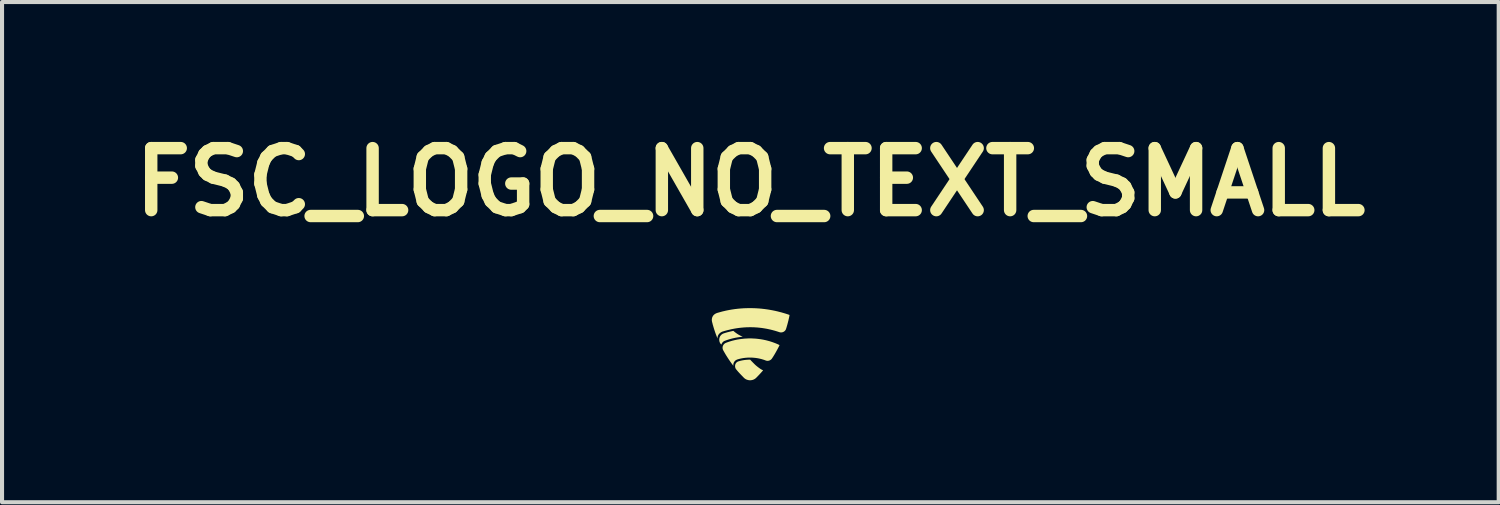
<source format=kicad_pcb>
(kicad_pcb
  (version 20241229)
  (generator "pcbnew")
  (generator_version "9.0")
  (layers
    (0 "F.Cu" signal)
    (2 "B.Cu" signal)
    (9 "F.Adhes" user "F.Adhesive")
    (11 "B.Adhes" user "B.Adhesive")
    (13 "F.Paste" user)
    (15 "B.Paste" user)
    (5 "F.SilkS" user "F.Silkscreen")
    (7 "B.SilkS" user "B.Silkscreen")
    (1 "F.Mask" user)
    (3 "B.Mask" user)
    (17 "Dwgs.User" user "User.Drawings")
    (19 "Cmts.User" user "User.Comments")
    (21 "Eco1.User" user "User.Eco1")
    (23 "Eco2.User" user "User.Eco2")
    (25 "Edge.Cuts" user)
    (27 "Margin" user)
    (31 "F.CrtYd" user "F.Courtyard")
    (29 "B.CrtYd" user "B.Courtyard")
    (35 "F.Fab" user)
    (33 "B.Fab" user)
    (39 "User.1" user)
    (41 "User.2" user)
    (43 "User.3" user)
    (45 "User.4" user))
  (footprint "FSC_LOGO_NO_TEXT_SMALL"
    (layer "F.Cu")
    (at 15.4 5.398)
    (property "Reference" "FSC_LOGO_NO_TEXT_SMALL" (at 0 -3.971 0) (layer "F.SilkS") (effects (font (size 1.524 1.524) (thickness 0.305))))
    (attr smd)
    (fp_poly (pts (xy -0.419 -0.313) (xy -0.422 -0.312) (xy -0.425 -0.311) (xy -0.429 -0.311) (xy -0.432 -0.31) (xy -0.436 -0.309) (xy -0.439 -0.308) (xy -0.443 -0.308) (xy -0.447 -0.307) (xy -0.45 -0.306) (xy -0.454 -0.305) (xy -0.458 -0.304) (xy -0.461 -0.304) (xy -0.465 -0.303) (xy -0.469 -0.302) (xy -0.473 -0.301) (xy -0.476 -0.3) (xy -0.48 -0.299) (xy -0.484 -0.298) (xy -0.488 -0.298) (xy -0.492 -0.297) (xy -0.496 -0.296) (xy -0.5 -0.295) (xy -0.503 -0.294) (xy -0.507 -0.293) (xy -0.511 -0.292) (xy -0.515 -0.291) (xy -0.519 -0.29) (xy -0.523 -0.289) (xy -0.527 -0.288) (xy -0.531 -0.287) (xy -0.535 -0.286) (xy -0.539 -0.285) (xy -0.543 -0.284) (xy -0.547 -0.283) (xy -0.551 -0.282) (xy -0.555 -0.281) (xy -0.559 -0.28) (xy -0.563 -0.279) (xy -0.567 -0.278) (xy -0.571 -0.277) (xy -0.575 -0.276) (xy -0.579 -0.275) (xy -0.583 -0.273) (xy -0.586 -0.272) (xy -0.59 -0.271) (xy -0.594 -0.27) (xy -0.598 -0.269) (xy -0.602 -0.268) (xy -0.606 -0.267) (xy -0.609 -0.266) (xy -0.613 -0.265) (xy -0.617 -0.263) (xy -0.621 -0.262) (xy -0.624 -0.261) (xy -0.628 -0.26) (xy -0.632 -0.259) (xy -0.635 -0.258) (xy -0.639 -0.257) (xy -0.642 -0.255) (xy -0.646 -0.254) (xy -0.649 -0.253) (xy -0.653 -0.252) (xy -0.657 -0.251) (xy -0.661 -0.249) (xy -0.665 -0.247) (xy -0.668 -0.246) (xy -0.672 -0.244) (xy -0.676 -0.242) (xy -0.679 -0.241) (xy -0.683 -0.239) (xy -0.686 -0.237) (xy -0.689 -0.235) (xy -0.693 -0.233) (xy -0.696 -0.231) (xy -0.699 -0.229) (xy -0.702 -0.227) (xy -0.705 -0.224) (xy -0.708 -0.222) (xy -0.71 -0.22) (xy -0.713 -0.217) (xy -0.716 -0.215) (xy -0.718 -0.212) (xy -0.721 -0.21) (xy -0.723 -0.207) (xy -0.725 -0.205) (xy -0.728 -0.202) (xy -0.73 -0.2) (xy -0.732 -0.197) (xy -0.734 -0.194) (xy -0.736 -0.191) (xy -0.738 -0.189) (xy -0.74 -0.186) (xy -0.742 -0.183) (xy -0.743 -0.18) (xy -0.745 -0.177) (xy -0.747 -0.174) (xy -0.748 -0.171) (xy -0.75 -0.168) (xy -0.751 -0.165) (xy -0.752 -0.162) (xy -0.754 -0.159) (xy -0.755 -0.156) (xy -0.756 -0.153) (xy -0.757 -0.15) (xy -0.758 -0.147) (xy -0.759 -0.143) (xy -0.76 -0.14) (xy -0.761 -0.137) (xy -0.761 -0.134) (xy -0.762 -0.131) (xy -0.763 -0.128) (xy -0.763 -0.124) (xy -0.764 -0.121) (xy -0.764 -0.118) (xy -0.764 -0.115) (xy -0.765 -0.112) (xy -0.765 -0.108) (xy -0.765 -0.105) (xy -0.765 -0.102) (xy -0.766 -0.099) (xy -0.766 -0.096) (xy -0.766 -0.092) (xy -0.765 -0.089) (xy -0.765 -0.086) (xy -0.765 -0.083) (xy -0.765 -0.08) (xy -0.765 -0.077) (xy -0.764 -0.074) (xy -0.764 -0.07) (xy -0.763 -0.067) (xy -0.763 -0.064) (xy -0.762 -0.061) (xy -0.762 -0.058) (xy -0.761 -0.055) (xy -0.76 -0.052) (xy -0.759 -0.049) (xy -0.759 -0.046) (xy -0.758 -0.043) (xy -0.757 -0.04) (xy -0.756 -0.038) (xy -0.755 -0.035) (xy -0.754 -0.032) (xy -0.753 -0.029) (xy -0.752 -0.027) (xy -0.75 -0.024) (xy -0.749 -0.021) (xy -0.748 -0.019) (xy -0.746 -0.016) (xy -0.745 -0.013) (xy -0.744 -0.011) (xy -0.742 -0.008) (xy -0.741 -0.006) (xy -0.739 -0.004) (xy -0.737 -0.001) (xy -0.736 0.001) (xy -0.734 0.003) (xy -0.732 0.005) (xy -0.73 0.007) (xy -0.729 0.01) (xy -0.727 0.012) (xy -0.725 0.014) (xy -0.723 0.015) (xy -0.721 0.017) (xy -0.719 0.019) (xy -0.717 0.021) (xy -0.715 0.023) (xy -0.712 0.024) (xy -0.712 0.021) (xy -0.711 0.018) (xy -0.71 0.015) (xy -0.709 0.012) (xy -0.708 0.009) (xy -0.707 0.006) (xy -0.705 0.003) (xy -0.704 -0.001) (xy -0.702 -0.004) (xy -0.7 -0.007) (xy -0.699 -0.01) (xy -0.696 -0.013) (xy -0.694 -0.017) (xy -0.692 -0.02) (xy -0.69 -0.023) (xy -0.687 -0.026) (xy -0.685 -0.029) (xy -0.682 -0.032) (xy -0.679 -0.035) (xy -0.677 -0.038) (xy -0.674 -0.041) (xy -0.671 -0.043) (xy -0.668 -0.046) (xy -0.665 -0.049) (xy -0.662 -0.051) (xy -0.658 -0.053) (xy -0.655 -0.056) (xy -0.652 -0.058) (xy -0.649 -0.06) (xy -0.645 -0.062) (xy -0.642 -0.063) (xy -0.638 -0.065) (xy -0.635 -0.066) (xy -0.631 -0.068) (xy -0.628 -0.069) (xy -0.624 -0.07) (xy -0.62 -0.072) (xy -0.617 -0.073) (xy -0.613 -0.074) (xy -0.609 -0.076) (xy -0.606 -0.077) (xy -0.602 -0.079) (xy -0.598 -0.08) (xy -0.595 -0.081) (xy -0.591 -0.082) (xy -0.587 -0.084) (xy -0.583 -0.085) (xy -0.58 -0.086) (xy -0.576 -0.088) (xy -0.572 -0.089) (xy -0.569 -0.09) (xy -0.565 -0.091) (xy -0.561 -0.093) (xy -0.557 -0.094) (xy -0.554 -0.095) (xy -0.55 -0.096) (xy -0.546 -0.097) (xy -0.543 -0.099) (xy -0.539 -0.1) (xy -0.535 -0.101) (xy -0.531 -0.102) (xy -0.528 -0.103) (xy -0.524 -0.104) (xy -0.52 -0.105) (xy -0.516 -0.107) (xy -0.513 -0.108) (xy -0.509 -0.109) (xy -0.505 -0.11) (xy -0.501 -0.111) (xy -0.497 -0.112) (xy -0.494 -0.113) (xy -0.49 -0.114) (xy -0.486 -0.115) (xy -0.482 -0.116) (xy -0.479 -0.117) (xy -0.475 -0.118) (xy -0.471 -0.119) (xy -0.467 -0.12) (xy -0.463 -0.121) (xy -0.46 -0.122) (xy -0.456 -0.123) (xy -0.452 -0.124) (xy -0.448 -0.125) (xy -0.444 -0.126) (xy -0.44 -0.127) (xy -0.437 -0.128) (xy -0.433 -0.129) (xy -0.429 -0.13) (xy -0.425 -0.131) (xy -0.421 -0.132) (xy -0.417 -0.133) (xy -0.414 -0.133) (xy -0.41 -0.134) (xy -0.406 -0.135) (xy -0.402 -0.136) (xy -0.398 -0.137) (xy -0.394 -0.138) (xy -0.391 -0.138) (xy -0.387 -0.139) (xy -0.383 -0.14) (xy -0.379 -0.141) (xy -0.375 -0.142) (xy -0.371 -0.142) (xy -0.367 -0.143) (xy -0.363 -0.144) (xy -0.36 -0.145) (xy -0.356 -0.145) (xy -0.352 -0.146) (xy -0.348 -0.147) (xy -0.344 -0.148) (xy -0.34 -0.148) (xy -0.336 -0.149) (xy -0.332 -0.15) (xy -0.329 -0.15) (xy -0.325 -0.151) (xy -0.321 -0.152) (xy -0.317 -0.152) (xy -0.313 -0.153) (xy -0.309 -0.154) (xy -0.305 -0.154) (xy -0.301 -0.155) (xy -0.297 -0.155) (xy -0.293 -0.156) (xy -0.29 -0.156) (xy -0.286 -0.157) (xy -0.282 -0.158) (xy -0.278 -0.158) (xy -0.274 -0.159) (xy -0.27 -0.159) (xy -0.266 -0.16) (xy -0.262 -0.16) (xy -0.258 -0.161) (xy -0.254 -0.161) (xy -0.25 -0.162) (xy -0.246 -0.162) (xy -0.242 -0.163) (xy -0.239 -0.163) (xy -0.235 -0.164) (xy -0.231 -0.164) (xy -0.227 -0.165) (xy -0.223 -0.165) (xy -0.219 -0.165) (xy -0.215 -0.166) (xy -0.211 -0.166) (xy -0.207 -0.167) (xy -0.203 -0.167) (xy -0.199 -0.167) (xy -0.195 -0.168) (xy -0.191 -0.168) (xy -0.187 -0.168) (xy -0.191 -0.17) (xy -0.194 -0.171) (xy -0.197 -0.173) (xy -0.201 -0.174) (xy -0.204 -0.175) (xy -0.207 -0.177) (xy -0.211 -0.178) (xy -0.214 -0.18) (xy -0.217 -0.181) (xy -0.221 -0.183) (xy -0.224 -0.184) (xy -0.227 -0.186) (xy -0.231 -0.188) (xy -0.234 -0.189) (xy -0.237 -0.191) (xy -0.24 -0.192) (xy -0.244 -0.194) (xy -0.247 -0.196) (xy -0.25 -0.197) (xy -0.254 -0.199) (xy -0.257 -0.201) (xy -0.26 -0.203) (xy -0.264 -0.204) (xy -0.267 -0.206) (xy -0.27 -0.208) (xy -0.274 -0.21) (xy -0.277 -0.212) (xy -0.28 -0.214) (xy -0.284 -0.216) (xy -0.287 -0.217) (xy -0.29 -0.219) (xy -0.293 -0.221) (xy -0.297 -0.223) (xy -0.3 -0.225) (xy -0.303 -0.227) (xy -0.307 -0.229) (xy -0.31 -0.231) (xy -0.313 -0.234) (xy -0.317 -0.236) (xy -0.32 -0.238) (xy -0.323 -0.24) (xy -0.326 -0.242) (xy -0.33 -0.244) (xy -0.333 -0.247) (xy -0.336 -0.249) (xy -0.34 -0.251) (xy -0.343 -0.253) (xy -0.346 -0.256) (xy -0.35 -0.258) (xy -0.353 -0.26) (xy -0.356 -0.263) (xy -0.359 -0.265) (xy -0.363 -0.268) (xy -0.366 -0.27) (xy -0.369 -0.273) (xy -0.373 -0.275) (xy -0.376 -0.278) (xy -0.379 -0.28) (xy -0.383 -0.283) (xy -0.386 -0.285) (xy -0.389 -0.288) (xy -0.392 -0.291) (xy -0.396 -0.293) (xy -0.399 -0.296) (xy -0.402 -0.299) (xy -0.406 -0.302) (xy -0.409 -0.304) (xy -0.412 -0.307) (xy -0.415 -0.31) (xy -0.419 -0.313)) (stroke (width 0) (type solid)) (fill yes) (layer "F.SilkS"))
    (fp_poly (pts (xy 0.303 0.651) (xy 0.301 0.651) (xy 0.299 0.65) (xy 0.296 0.649) (xy 0.294 0.648) (xy 0.291 0.647) (xy 0.289 0.646) (xy 0.286 0.644) (xy 0.283 0.643) (xy 0.28 0.642) (xy 0.277 0.64) (xy 0.274 0.638) (xy 0.271 0.637) (xy 0.268 0.635) (xy 0.265 0.633) (xy 0.262 0.631) (xy 0.258 0.629) (xy 0.255 0.627) (xy 0.252 0.625) (xy 0.248 0.623) (xy 0.245 0.62) (xy 0.241 0.618) (xy 0.238 0.616) (xy 0.234 0.613) (xy 0.231 0.611) (xy 0.227 0.608) (xy 0.223 0.606) (xy 0.22 0.603) (xy 0.216 0.6) (xy 0.212 0.598) (xy 0.209 0.595) (xy 0.205 0.592) (xy 0.201 0.59) (xy 0.198 0.587) (xy 0.194 0.584) (xy 0.19 0.581) (xy 0.187 0.578) (xy 0.183 0.576) (xy 0.179 0.573) (xy 0.176 0.57) (xy 0.172 0.567) (xy 0.169 0.564) (xy 0.165 0.561) (xy 0.162 0.559) (xy 0.158 0.556) (xy 0.155 0.553) (xy 0.151 0.55) (xy 0.148 0.548) (xy 0.145 0.545) (xy 0.142 0.542) (xy 0.138 0.539) (xy 0.135 0.537) (xy 0.132 0.534) (xy 0.129 0.531) (xy 0.126 0.529) (xy 0.124 0.526) (xy 0.121 0.524) (xy 0.118 0.522) (xy 0.116 0.519) (xy 0.113 0.517) (xy 0.111 0.515) (xy 0.109 0.512) (xy 0.106 0.51) (xy 0.104 0.508) (xy 0.102 0.506) (xy 0.1 0.504) (xy 0.098 0.502) (xy 0.096 0.5) (xy 0.093 0.497) (xy 0.091 0.495) (xy 0.089 0.493) (xy 0.087 0.49) (xy 0.084 0.488) (xy 0.082 0.486) (xy 0.079 0.483) (xy 0.077 0.481) (xy 0.074 0.478) (xy 0.071 0.475) (xy 0.069 0.473) (xy 0.066 0.47) (xy 0.064 0.467) (xy 0.061 0.465) (xy 0.058 0.462) (xy 0.055 0.459) (xy 0.052 0.456) (xy 0.05 0.453) (xy 0.047 0.45) (xy 0.044 0.447) (xy 0.041 0.444) (xy 0.038 0.441) (xy 0.035 0.438) (xy 0.032 0.435) (xy 0.029 0.432) (xy 0.026 0.429) (xy 0.023 0.426) (xy 0.02 0.423) (xy 0.017 0.419) (xy 0.014 0.416) (xy 0.011 0.413) (xy 0.008 0.409) (xy 0.004 0.406) (xy 0.001 0.403) (xy -0.002 0.399) (xy -0.005 0.396) (xy -0.009 0.396) (xy -0.013 0.396) (xy -0.017 0.396) (xy -0.02 0.396) (xy -0.024 0.396) (xy -0.028 0.396) (xy -0.032 0.396) (xy -0.036 0.396) (xy -0.039 0.396) (xy -0.043 0.396) (xy -0.047 0.396) (xy -0.051 0.396) (xy -0.055 0.397) (xy -0.058 0.397) (xy -0.062 0.397) (xy -0.066 0.397) (xy -0.07 0.397) (xy -0.074 0.397) (xy -0.077 0.398) (xy -0.081 0.398) (xy -0.085 0.398) (xy -0.089 0.398) (xy -0.093 0.399) (xy -0.096 0.399) (xy -0.1 0.399) (xy -0.104 0.4) (xy -0.108 0.4) (xy -0.112 0.4) (xy -0.115 0.401) (xy -0.119 0.401) (xy -0.123 0.402) (xy -0.127 0.402) (xy -0.131 0.402) (xy -0.135 0.403) (xy -0.138 0.403) (xy -0.142 0.404) (xy -0.146 0.404) (xy -0.15 0.405) (xy -0.154 0.405) (xy -0.157 0.406) (xy -0.161 0.406) (xy -0.165 0.407) (xy -0.169 0.408) (xy -0.173 0.408) (xy -0.177 0.409) (xy -0.18 0.409) (xy -0.184 0.41) (xy -0.188 0.411) (xy -0.192 0.412) (xy -0.196 0.412) (xy -0.2 0.413) (xy -0.204 0.414) (xy -0.207 0.415) (xy -0.211 0.415) (xy -0.215 0.416) (xy -0.219 0.417) (xy -0.223 0.418) (xy -0.227 0.419) (xy -0.231 0.42) (xy -0.235 0.421) (xy -0.238 0.422) (xy -0.242 0.422) (xy -0.246 0.423) (xy -0.25 0.424) (xy -0.254 0.425) (xy -0.258 0.427) (xy -0.262 0.428) (xy -0.266 0.429) (xy -0.27 0.43) (xy -0.274 0.431) (xy -0.278 0.432) (xy -0.282 0.433) (xy -0.286 0.434) (xy -0.29 0.436) (xy -0.294 0.437) (xy -0.298 0.438) (xy -0.301 0.44) (xy -0.305 0.441) (xy -0.309 0.443) (xy -0.312 0.444) (xy -0.316 0.446) (xy -0.319 0.448) (xy -0.322 0.45) (xy -0.325 0.452) (xy -0.328 0.454) (xy -0.331 0.456) (xy -0.334 0.458) (xy -0.337 0.461) (xy -0.339 0.463) (xy -0.342 0.466) (xy -0.344 0.468) (xy -0.347 0.471) (xy -0.349 0.473) (xy -0.351 0.476) (xy -0.353 0.479) (xy -0.355 0.481) (xy -0.357 0.484) (xy -0.359 0.487) (xy -0.361 0.49) (xy -0.362 0.493) (xy -0.364 0.496) (xy -0.365 0.499) (xy -0.367 0.502) (xy -0.368 0.505) (xy -0.369 0.508) (xy -0.37 0.512) (xy -0.371 0.515) (xy -0.372 0.518) (xy -0.373 0.521) (xy -0.374 0.524) (xy -0.374 0.528) (xy -0.375 0.531) (xy -0.375 0.534) (xy -0.376 0.538) (xy -0.376 0.541) (xy -0.376 0.544) (xy -0.377 0.547) (xy -0.377 0.551) (xy -0.377 0.554) (xy -0.377 0.557) (xy -0.377 0.561) (xy -0.376 0.564) (xy -0.376 0.567) (xy -0.376 0.57) (xy -0.375 0.574) (xy -0.375 0.577) (xy -0.374 0.58) (xy -0.374 0.583) (xy -0.373 0.586) (xy -0.372 0.589) (xy -0.371 0.592) (xy -0.37 0.595) (xy -0.369 0.598) (xy -0.368 0.601) (xy -0.367 0.604) (xy -0.366 0.607) (xy -0.365 0.61) (xy -0.363 0.613) (xy -0.362 0.616) (xy -0.36 0.618) (xy -0.359 0.621) (xy -0.357 0.623) (xy -0.356 0.626) (xy -0.354 0.628) (xy -0.351 0.632) (xy -0.348 0.635) (xy -0.345 0.639) (xy -0.343 0.642) (xy -0.34 0.645) (xy -0.337 0.649) (xy -0.334 0.652) (xy -0.332 0.655) (xy -0.329 0.658) (xy -0.326 0.662) (xy -0.324 0.665) (xy -0.321 0.668) (xy -0.318 0.671) (xy -0.316 0.674) (xy -0.313 0.677) (xy -0.311 0.68) (xy -0.308 0.683) (xy -0.306 0.686) (xy -0.303 0.689) (xy -0.3 0.692) (xy -0.298 0.695) (xy -0.295 0.697) (xy -0.293 0.7) (xy -0.29 0.703) (xy -0.288 0.706) (xy -0.285 0.709) (xy -0.283 0.711) (xy -0.28 0.714) (xy -0.278 0.717) (xy -0.275 0.72) (xy -0.273 0.722) (xy -0.27 0.725) (xy -0.268 0.728) (xy -0.265 0.73) (xy -0.263 0.733) (xy -0.26 0.736) (xy -0.258 0.738) (xy -0.255 0.741) (xy -0.253 0.744) (xy -0.25 0.746) (xy -0.248 0.749) (xy -0.245 0.752) (xy -0.243 0.754) (xy -0.24 0.757) (xy -0.238 0.76) (xy -0.235 0.762) (xy -0.232 0.765) (xy -0.23 0.768) (xy -0.227 0.771) (xy -0.225 0.773) (xy -0.222 0.776) (xy -0.219 0.779) (xy -0.217 0.782) (xy -0.214 0.784) (xy -0.211 0.787) (xy -0.208 0.79) (xy -0.206 0.793) (xy -0.203 0.796) (xy -0.2 0.799) (xy -0.197 0.802) (xy -0.194 0.804) (xy -0.191 0.807) (xy -0.189 0.81) (xy -0.186 0.813) (xy -0.183 0.816) (xy -0.18 0.82) (xy -0.177 0.823) (xy -0.174 0.826) (xy -0.171 0.829) (xy -0.167 0.832) (xy -0.164 0.835) (xy -0.161 0.839) (xy -0.159 0.841) (xy -0.156 0.844) (xy -0.153 0.846) (xy -0.151 0.849) (xy -0.148 0.851) (xy -0.145 0.853) (xy -0.143 0.855) (xy -0.14 0.858) (xy -0.137 0.86) (xy -0.134 0.862) (xy -0.131 0.864) (xy -0.128 0.866) (xy -0.125 0.868) (xy -0.122 0.87) (xy -0.119 0.872) (xy -0.116 0.873) (xy -0.113 0.875) (xy -0.11 0.877) (xy -0.107 0.878) (xy -0.104 0.88) (xy -0.1 0.881) (xy -0.097 0.883) (xy -0.094 0.884) (xy -0.091 0.886) (xy -0.087 0.887) (xy -0.084 0.888) (xy -0.081 0.889) (xy -0.077 0.89) (xy -0.074 0.891) (xy -0.071 0.892) (xy -0.067 0.893) (xy -0.064 0.894) (xy -0.06 0.895) (xy -0.057 0.896) (xy -0.054 0.897) (xy -0.05 0.897) (xy -0.047 0.898) (xy -0.043 0.899) (xy -0.04 0.899) (xy -0.036 0.9) (xy -0.033 0.9) (xy -0.029 0.9) (xy -0.026 0.901) (xy -0.022 0.901) (xy -0.019 0.901) (xy -0.015 0.901) (xy -0.012 0.901) (xy -0.008 0.901) (xy -0.005 0.901) (xy -0.001 0.901) (xy 0.002 0.901) (xy 0.006 0.901) (xy 0.01 0.901) (xy 0.013 0.9) (xy 0.017 0.9) (xy 0.02 0.9) (xy 0.024 0.899) (xy 0.027 0.899) (xy 0.031 0.898) (xy 0.034 0.897) (xy 0.037 0.897) (xy 0.041 0.896) (xy 0.044 0.895) (xy 0.048 0.894) (xy 0.051 0.893) (xy 0.055 0.893) (xy 0.058 0.892) (xy 0.061 0.89) (xy 0.065 0.889) (xy 0.068 0.888) (xy 0.071 0.887) (xy 0.075 0.886) (xy 0.078 0.884) (xy 0.081 0.883) (xy 0.084 0.881) (xy 0.088 0.88) (xy 0.091 0.878) (xy 0.094 0.877) (xy 0.097 0.875) (xy 0.1 0.873) (xy 0.103 0.871) (xy 0.106 0.87) (xy 0.109 0.868) (xy 0.112 0.866) (xy 0.115 0.864) (xy 0.118 0.862) (xy 0.121 0.859) (xy 0.124 0.857) (xy 0.127 0.855) (xy 0.13 0.853) (xy 0.132 0.85) (xy 0.135 0.848) (xy 0.138 0.845) (xy 0.141 0.843) (xy 0.143 0.84) (xy 0.146 0.837) (xy 0.149 0.835) (xy 0.152 0.832) (xy 0.155 0.829) (xy 0.157 0.826) (xy 0.16 0.823) (xy 0.163 0.82) (xy 0.166 0.818) (xy 0.168 0.815) (xy 0.171 0.812) (xy 0.174 0.809) (xy 0.176 0.807) (xy 0.179 0.804) (xy 0.181 0.801) (xy 0.184 0.799) (xy 0.186 0.796) (xy 0.189 0.794) (xy 0.191 0.791) (xy 0.194 0.788) (xy 0.196 0.786) (xy 0.199 0.783) (xy 0.201 0.781) (xy 0.204 0.778) (xy 0.206 0.775) (xy 0.209 0.773) (xy 0.211 0.77) (xy 0.214 0.768) (xy 0.216 0.765) (xy 0.219 0.762) (xy 0.221 0.76) (xy 0.224 0.757) (xy 0.226 0.754) (xy 0.228 0.752) (xy 0.231 0.749) (xy 0.233 0.746) (xy 0.236 0.744) (xy 0.239 0.741) (xy 0.241 0.738) (xy 0.244 0.735) (xy 0.246 0.732) (xy 0.249 0.729) (xy 0.251 0.727) (xy 0.254 0.724) (xy 0.257 0.721) (xy 0.259 0.718) (xy 0.262 0.715) (xy 0.265 0.712) (xy 0.268 0.709) (xy 0.271 0.705) (xy 0.273 0.702) (xy 0.276 0.699) (xy 0.279 0.696) (xy 0.282 0.692) (xy 0.285 0.689) (xy 0.288 0.686) (xy 0.291 0.682) (xy 0.294 0.679) (xy 0.297 0.675) (xy 0.301 0.672) (xy 0.304 0.668) (xy 0.307 0.664) (xy 0.309 0.661) (xy 0.309 0.658) (xy 0.308 0.655) (xy 0.306 0.653) (xy 0.303 0.651)) (stroke (width 0) (type solid)) (fill yes) (layer "F.SilkS"))
    (fp_poly (pts (xy 0.71 0.033) (xy 0.707 0.032) (xy 0.703 0.03) (xy 0.7 0.028) (xy 0.696 0.027) (xy 0.692 0.025) (xy 0.689 0.023) (xy 0.685 0.022) (xy 0.682 0.02) (xy 0.678 0.018) (xy 0.675 0.017) (xy 0.671 0.015) (xy 0.668 0.014) (xy 0.664 0.012) (xy 0.66 0.01) (xy 0.657 0.009) (xy 0.653 0.007) (xy 0.65 0.006) (xy 0.646 0.004) (xy 0.642 0.003) (xy 0.639 0.001) (xy 0.635 -0.000287) (xy 0.632 -0.002) (xy 0.628 -0.003) (xy 0.624 -0.005) (xy 0.621 -0.006) (xy 0.617 -0.008) (xy 0.614 -0.009) (xy 0.61 -0.011) (xy 0.606 -0.012) (xy 0.603 -0.013) (xy 0.599 -0.015) (xy 0.595 -0.016) (xy 0.592 -0.018) (xy 0.588 -0.019) (xy 0.584 -0.02) (xy 0.581 -0.022) (xy 0.577 -0.023) (xy 0.573 -0.024) (xy 0.57 -0.026) (xy 0.566 -0.027) (xy 0.562 -0.028) (xy 0.559 -0.03) (xy 0.555 -0.031) (xy 0.551 -0.032) (xy 0.548 -0.034) (xy 0.544 -0.035) (xy 0.54 -0.036) (xy 0.537 -0.038) (xy 0.533 -0.039) (xy 0.529 -0.04) (xy 0.526 -0.041) (xy 0.522 -0.042) (xy 0.518 -0.044) (xy 0.514 -0.045) (xy 0.511 -0.046) (xy 0.507 -0.047) (xy 0.503 -0.048) (xy 0.5 -0.05) (xy 0.496 -0.051) (xy 0.492 -0.052) (xy 0.488 -0.053) (xy 0.485 -0.054) (xy 0.481 -0.055) (xy 0.477 -0.057) (xy 0.473 -0.058) (xy 0.47 -0.059) (xy 0.466 -0.06) (xy 0.462 -0.061) (xy 0.458 -0.062) (xy 0.455 -0.063) (xy 0.451 -0.064) (xy 0.447 -0.065) (xy 0.443 -0.066) (xy 0.44 -0.067) (xy 0.436 -0.068) (xy 0.432 -0.069) (xy 0.428 -0.07) (xy 0.425 -0.071) (xy 0.421 -0.072) (xy 0.417 -0.073) (xy 0.413 -0.074) (xy 0.41 -0.075) (xy 0.406 -0.076) (xy 0.402 -0.077) (xy 0.398 -0.078) (xy 0.394 -0.079) (xy 0.391 -0.08) (xy 0.387 -0.081) (xy 0.383 -0.082) (xy 0.379 -0.083) (xy 0.375 -0.083) (xy 0.372 -0.084) (xy 0.368 -0.085) (xy 0.364 -0.086) (xy 0.36 -0.087) (xy 0.356 -0.088) (xy 0.353 -0.089) (xy 0.349 -0.089) (xy 0.345 -0.09) (xy 0.341 -0.091) (xy 0.337 -0.092) (xy 0.334 -0.093) (xy 0.33 -0.093) (xy 0.326 -0.094) (xy 0.322 -0.095) (xy 0.318 -0.096) (xy 0.314 -0.096) (xy 0.311 -0.097) (xy 0.307 -0.098) (xy 0.303 -0.098) (xy 0.299 -0.099) (xy 0.295 -0.1) (xy 0.291 -0.101) (xy 0.288 -0.101) (xy 0.284 -0.102) (xy 0.28 -0.103) (xy 0.276 -0.103) (xy 0.272 -0.104) (xy 0.268 -0.105) (xy 0.265 -0.105) (xy 0.261 -0.106) (xy 0.257 -0.106) (xy 0.253 -0.107) (xy 0.249 -0.108) (xy 0.245 -0.108) (xy 0.241 -0.109) (xy 0.238 -0.109) (xy 0.234 -0.11) (xy 0.23 -0.11) (xy 0.226 -0.111) (xy 0.222 -0.111) (xy 0.218 -0.112) (xy 0.214 -0.112) (xy 0.211 -0.113) (xy 0.207 -0.113) (xy 0.203 -0.114) (xy 0.199 -0.114) (xy 0.195 -0.115) (xy 0.191 -0.115) (xy 0.187 -0.116) (xy 0.184 -0.116) (xy 0.18 -0.117) (xy 0.176 -0.117) (xy 0.172 -0.118) (xy 0.168 -0.118) (xy 0.164 -0.118) (xy 0.16 -0.119) (xy 0.157 -0.119) (xy 0.153 -0.119) (xy 0.149 -0.12) (xy 0.145 -0.12) (xy 0.141 -0.121) (xy 0.137 -0.121) (xy 0.133 -0.121) (xy 0.129 -0.121) (xy 0.126 -0.122) (xy 0.122 -0.122) (xy 0.118 -0.122) (xy 0.114 -0.123) (xy 0.11 -0.123) (xy 0.106 -0.123) (xy 0.102 -0.123) (xy 0.098 -0.124) (xy 0.095 -0.124) (xy 0.091 -0.124) (xy 0.087 -0.124) (xy 0.083 -0.125) (xy 0.079 -0.125) (xy 0.075 -0.125) (xy 0.071 -0.125) (xy 0.067 -0.125) (xy 0.064 -0.126) (xy 0.06 -0.126) (xy 0.056 -0.126) (xy 0.052 -0.126) (xy 0.048 -0.126) (xy 0.044 -0.126) (xy 0.04 -0.126) (xy 0.036 -0.126) (xy 0.033 -0.127) (xy 0.029 -0.127) (xy 0.025 -0.127) (xy 0.021 -0.127) (xy 0.017 -0.127) (xy 0.013 -0.127) (xy 0.009 -0.127) (xy 0.005 -0.127) (xy 0.002 -0.127) (xy -0.002 -0.127) (xy -0.006 -0.127) (xy -0.01 -0.127) (xy -0.014 -0.127) (xy -0.018 -0.127) (xy -0.022 -0.127) (xy -0.025 -0.127) (xy -0.029 -0.127) (xy -0.033 -0.127) (xy -0.037 -0.127) (xy -0.041 -0.127) (xy -0.045 -0.127) (xy -0.049 -0.127) (xy -0.053 -0.127) (xy -0.056 -0.126) (xy -0.06 -0.126) (xy -0.064 -0.126) (xy -0.068 -0.126) (xy -0.072 -0.126) (xy -0.076 -0.126) (xy -0.08 -0.126) (xy -0.083 -0.126) (xy -0.087 -0.125) (xy -0.091 -0.125) (xy -0.095 -0.125) (xy -0.099 -0.125) (xy -0.103 -0.125) (xy -0.107 -0.124) (xy -0.11 -0.124) (xy -0.114 -0.124) (xy -0.118 -0.124) (xy -0.122 -0.123) (xy -0.126 -0.123) (xy -0.13 -0.123) (xy -0.133 -0.123) (xy -0.137 -0.122) (xy -0.141 -0.122) (xy -0.145 -0.122) (xy -0.149 -0.121) (xy -0.153 -0.121) (xy -0.157 -0.121) (xy -0.16 -0.12) (xy -0.164 -0.12) (xy -0.168 -0.12) (xy -0.172 -0.119) (xy -0.176 -0.119) (xy -0.18 -0.119) (xy -0.183 -0.118) (xy -0.187 -0.118) (xy -0.191 -0.117) (xy -0.195 -0.117) (xy -0.199 -0.117) (xy -0.202 -0.116) (xy -0.206 -0.116) (xy -0.21 -0.115) (xy -0.214 -0.115) (xy -0.218 -0.114) (xy -0.222 -0.114) (xy -0.225 -0.113) (xy -0.229 -0.113) (xy -0.233 -0.112) (xy -0.237 -0.112) (xy -0.241 -0.111) (xy -0.244 -0.111) (xy -0.248 -0.11) (xy -0.252 -0.11) (xy -0.256 -0.109) (xy -0.259 -0.109) (xy -0.263 -0.108) (xy -0.267 -0.108) (xy -0.271 -0.107) (xy -0.275 -0.106) (xy -0.278 -0.106) (xy -0.282 -0.105) (xy -0.286 -0.105) (xy -0.29 -0.104) (xy -0.294 -0.103) (xy -0.297 -0.103) (xy -0.301 -0.102) (xy -0.305 -0.101) (xy -0.309 -0.101) (xy -0.312 -0.1) (xy -0.316 -0.099) (xy -0.32 -0.099) (xy -0.324 -0.098) (xy -0.327 -0.097) (xy -0.331 -0.096) (xy -0.335 -0.096) (xy -0.339 -0.095) (xy -0.342 -0.094) (xy -0.346 -0.093) (xy -0.35 -0.093) (xy -0.354 -0.092) (xy -0.357 -0.091) (xy -0.361 -0.09) (xy -0.365 -0.09) (xy -0.368 -0.089) (xy -0.372 -0.088) (xy -0.376 -0.087) (xy -0.38 -0.086) (xy -0.383 -0.085) (xy -0.387 -0.085) (xy -0.391 -0.084) (xy -0.394 -0.083) (xy -0.398 -0.082) (xy -0.402 -0.081) (xy -0.405 -0.08) (xy -0.409 -0.079) (xy -0.413 -0.078) (xy -0.417 -0.077) (xy -0.42 -0.077) (xy -0.424 -0.076) (xy -0.428 -0.075) (xy -0.431 -0.074) (xy -0.435 -0.073) (xy -0.439 -0.072) (xy -0.442 -0.071) (xy -0.446 -0.07) (xy -0.45 -0.069) (xy -0.453 -0.068) (xy -0.457 -0.067) (xy -0.46 -0.066) (xy -0.464 -0.065) (xy -0.468 -0.064) (xy -0.471 -0.063) (xy -0.475 -0.062) (xy -0.479 -0.061) (xy -0.482 -0.059) (xy -0.486 -0.058) (xy -0.49 -0.057) (xy -0.493 -0.056) (xy -0.497 -0.055) (xy -0.5 -0.054) (xy -0.504 -0.053) (xy -0.508 -0.052) (xy -0.511 -0.051) (xy -0.515 -0.049) (xy -0.518 -0.048) (xy -0.522 -0.047) (xy -0.526 -0.046) (xy -0.529 -0.045) (xy -0.533 -0.043) (xy -0.536 -0.042) (xy -0.54 -0.041) (xy -0.543 -0.04) (xy -0.547 -0.039) (xy -0.55 -0.037) (xy -0.554 -0.036) (xy -0.558 -0.035) (xy -0.561 -0.034) (xy -0.565 -0.032) (xy -0.568 -0.031) (xy -0.572 -0.03) (xy -0.575 -0.029) (xy -0.579 -0.027) (xy -0.582 -0.026) (xy -0.586 -0.025) (xy -0.589 -0.023) (xy -0.593 -0.022) (xy -0.596 -0.021) (xy -0.6 -0.019) (xy -0.603 -0.018) (xy -0.606 -0.017) (xy -0.609 -0.015) (xy -0.612 -0.014) (xy -0.615 -0.012) (xy -0.618 -0.01) (xy -0.621 -0.009) (xy -0.624 -0.007) (xy -0.626 -0.005) (xy -0.629 -0.003) (xy -0.632 -0.001) (xy -0.635 0.001) (xy -0.637 0.003) (xy -0.64 0.005) (xy -0.642 0.008) (xy -0.645 0.01) (xy -0.647 0.012) (xy -0.649 0.015) (xy -0.651 0.017) (xy -0.654 0.02) (xy -0.656 0.022) (xy -0.658 0.025) (xy -0.66 0.028) (xy -0.662 0.031) (xy -0.664 0.033) (xy -0.665 0.036) (xy -0.667 0.039) (xy -0.669 0.042) (xy -0.67 0.045) (xy -0.672 0.048) (xy -0.673 0.051) (xy -0.674 0.054) (xy -0.676 0.057) (xy -0.677 0.061) (xy -0.678 0.064) (xy -0.679 0.067) (xy -0.68 0.07) (xy -0.681 0.074) (xy -0.681 0.077) (xy -0.682 0.08) (xy -0.683 0.084) (xy -0.683 0.087) (xy -0.683 0.091) (xy -0.684 0.094) (xy -0.684 0.098) (xy -0.684 0.101) (xy -0.684 0.105) (xy -0.684 0.108) (xy -0.684 0.112) (xy -0.683 0.116) (xy -0.683 0.119) (xy -0.682 0.123) (xy -0.682 0.126) (xy -0.681 0.13) (xy -0.68 0.134) (xy -0.679 0.137) (xy -0.678 0.141) (xy -0.677 0.145) (xy -0.675 0.148) (xy -0.674 0.152) (xy -0.672 0.156) (xy -0.671 0.159) (xy -0.669 0.163) (xy -0.667 0.167) (xy -0.665 0.17) (xy -0.663 0.173) (xy -0.661 0.176) (xy -0.66 0.18) (xy -0.658 0.183) (xy -0.656 0.186) (xy -0.654 0.189) (xy -0.652 0.192) (xy -0.651 0.196) (xy -0.649 0.199) (xy -0.647 0.202) (xy -0.645 0.205) (xy -0.643 0.209) (xy -0.641 0.212) (xy -0.64 0.215) (xy -0.638 0.218) (xy -0.636 0.222) (xy -0.634 0.225) (xy -0.632 0.228) (xy -0.63 0.231) (xy -0.628 0.235) (xy -0.626 0.238) (xy -0.624 0.241) (xy -0.622 0.245) (xy -0.62 0.248) (xy -0.619 0.251) (xy -0.617 0.254) (xy -0.615 0.258) (xy -0.613 0.261) (xy -0.611 0.264) (xy -0.609 0.268) (xy -0.607 0.271) (xy -0.605 0.274) (xy -0.603 0.277) (xy -0.601 0.281) (xy -0.599 0.284) (xy -0.597 0.287) (xy -0.595 0.291) (xy -0.593 0.294) (xy -0.591 0.297) (xy -0.588 0.301) (xy -0.586 0.304) (xy -0.584 0.307) (xy -0.582 0.311) (xy -0.58 0.314) (xy -0.578 0.317) (xy -0.576 0.321) (xy -0.574 0.324) (xy -0.572 0.327) (xy -0.57 0.33) (xy -0.568 0.334) (xy -0.565 0.337) (xy -0.563 0.34) (xy -0.561 0.344) (xy -0.559 0.347) (xy -0.557 0.35) (xy -0.555 0.354) (xy -0.553 0.357) (xy -0.55 0.36) (xy -0.548 0.364) (xy -0.546 0.367) (xy -0.544 0.37) (xy -0.542 0.374) (xy -0.539 0.377) (xy -0.537 0.38) (xy -0.535 0.384) (xy -0.533 0.387) (xy -0.531 0.39) (xy -0.528 0.394) (xy -0.526 0.397) (xy -0.524 0.4) (xy -0.522 0.404) (xy -0.519 0.407) (xy -0.517 0.41) (xy -0.515 0.414) (xy -0.512 0.417) (xy -0.51 0.42) (xy -0.508 0.424) (xy -0.506 0.427) (xy -0.503 0.43) (xy -0.501 0.434) (xy -0.499 0.437) (xy -0.496 0.44) (xy -0.494 0.444) (xy -0.492 0.447) (xy -0.489 0.45) (xy -0.487 0.454) (xy -0.485 0.457) (xy -0.482 0.46) (xy -0.48 0.463) (xy -0.478 0.467) (xy -0.475 0.47) (xy -0.473 0.473) (xy -0.47 0.477) (xy -0.468 0.48) (xy -0.466 0.483) (xy -0.463 0.487) (xy -0.461 0.49) (xy -0.458 0.493) (xy -0.456 0.497) (xy -0.454 0.5) (xy -0.451 0.503) (xy -0.449 0.506) (xy -0.446 0.51) (xy -0.444 0.513) (xy -0.441 0.516) (xy -0.439 0.52) (xy -0.436 0.523) (xy -0.434 0.526) (xy -0.431 0.529) (xy -0.429 0.533) (xy -0.426 0.536) (xy -0.424 0.539) (xy -0.421 0.543) (xy -0.419 0.546) (xy -0.416 0.549) (xy -0.417 0.547) (xy -0.418 0.544) (xy -0.418 0.542) (xy -0.419 0.539) (xy -0.419 0.536) (xy -0.419 0.534) (xy -0.42 0.531) (xy -0.42 0.528) (xy -0.42 0.525) (xy -0.42 0.522) (xy -0.42 0.52) (xy -0.42 0.517) (xy -0.42 0.514) (xy -0.419 0.511) (xy -0.419 0.508) (xy -0.419 0.504) (xy -0.418 0.501) (xy -0.418 0.498) (xy -0.417 0.495) (xy -0.416 0.492) (xy -0.415 0.489) (xy -0.414 0.486) (xy -0.413 0.482) (xy -0.412 0.479) (xy -0.411 0.476) (xy -0.41 0.473) (xy -0.409 0.47) (xy -0.407 0.467) (xy -0.406 0.463) (xy -0.404 0.46) (xy -0.402 0.457) (xy -0.401 0.454) (xy -0.399 0.451) (xy -0.397 0.448) (xy -0.395 0.445) (xy -0.393 0.442) (xy -0.39 0.439) (xy -0.388 0.436) (xy -0.386 0.433) (xy -0.383 0.43) (xy -0.38 0.427) (xy -0.378 0.425) (xy -0.375 0.422) (xy -0.372 0.419) (xy -0.369 0.417) (xy -0.366 0.414) (xy -0.363 0.412) (xy -0.359 0.409) (xy -0.356 0.407) (xy -0.352 0.405) (xy -0.349 0.403) (xy -0.345 0.401) (xy -0.341 0.399) (xy -0.337 0.397) (xy -0.333 0.395) (xy -0.329 0.393) (xy -0.324 0.391) (xy -0.32 0.39) (xy -0.315 0.388) (xy -0.311 0.387) (xy -0.307 0.386) (xy -0.303 0.385) (xy -0.299 0.383) (xy -0.294 0.382) (xy -0.29 0.381) (xy -0.286 0.38) (xy -0.282 0.379) (xy -0.278 0.378) (xy -0.274 0.377) (xy -0.269 0.376) (xy -0.265 0.374) (xy -0.261 0.373) (xy -0.257 0.372) (xy -0.253 0.371) (xy -0.249 0.37) (xy -0.244 0.369) (xy -0.24 0.369) (xy -0.236 0.368) (xy -0.232 0.367) (xy -0.228 0.366) (xy -0.224 0.365) (xy -0.219 0.364) (xy -0.215 0.363) (xy -0.211 0.363) (xy -0.207 0.362) (xy -0.203 0.361) (xy -0.198 0.36) (xy -0.194 0.359) (xy -0.19 0.359) (xy -0.186 0.358) (xy -0.182 0.357) (xy -0.178 0.357) (xy -0.173 0.356) (xy -0.169 0.355) (xy -0.165 0.355) (xy -0.161 0.354) (xy -0.157 0.354) (xy -0.153 0.353) (xy -0.148 0.353) (xy -0.144 0.352) (xy -0.14 0.352) (xy -0.136 0.351) (xy -0.132 0.351) (xy -0.128 0.35) (xy -0.124 0.35) (xy -0.119 0.349) (xy -0.115 0.349) (xy -0.111 0.348) (xy -0.107 0.348) (xy -0.103 0.348) (xy -0.099 0.347) (xy -0.095 0.347) (xy -0.09 0.347) (xy -0.086 0.346) (xy -0.082 0.346) (xy -0.078 0.346) (xy -0.074 0.346) (xy -0.07 0.345) (xy -0.066 0.345) (xy -0.062 0.345) (xy -0.057 0.345) (xy -0.053 0.345) (xy -0.049 0.345) (xy -0.045 0.344) (xy -0.041 0.344) (xy -0.037 0.344) (xy -0.033 0.344) (xy -0.029 0.344) (xy -0.025 0.344) (xy -0.021 0.344) (xy -0.017 0.344) (xy -0.013 0.344) (xy -0.009 0.344) (xy -0.005 0.344) (xy -0.000476 0.344) (xy 0.004 0.344) (xy 0.008 0.344) (xy 0.012 0.344) (xy 0.016 0.344) (xy 0.02 0.344) (xy 0.024 0.345) (xy 0.028 0.345) (xy 0.032 0.345) (xy 0.036 0.345) (xy 0.04 0.345) (xy 0.044 0.345) (xy 0.048 0.346) (xy 0.052 0.346) (xy 0.055 0.346) (xy 0.059 0.346) (xy 0.063 0.346) (xy 0.067 0.347) (xy 0.071 0.347) (xy 0.075 0.347) (xy 0.079 0.348) (xy 0.083 0.348) (xy 0.087 0.348) (xy 0.091 0.349) (xy 0.095 0.349) (xy 0.098 0.349) (xy 0.102 0.35) (xy 0.106 0.35) (xy 0.11 0.351) (xy 0.114 0.351) (xy 0.118 0.351) (xy 0.122 0.352) (xy 0.125 0.352) (xy 0.129 0.353) (xy 0.133 0.353) (xy 0.137 0.354) (xy 0.141 0.354) (xy 0.144 0.355) (xy 0.148 0.355) (xy 0.152 0.356) (xy 0.156 0.357) (xy 0.159 0.357) (xy 0.163 0.358) (xy 0.167 0.358) (xy 0.17 0.359) (xy 0.174 0.359) (xy 0.178 0.36) (xy 0.182 0.361) (xy 0.185 0.361) (xy 0.189 0.362) (xy 0.192 0.363) (xy 0.196 0.363) (xy 0.2 0.364) (xy 0.203 0.365) (xy 0.207 0.366) (xy 0.211 0.366) (xy 0.214 0.367) (xy 0.218 0.368) (xy 0.221 0.369) (xy 0.225 0.369) (xy 0.228 0.37) (xy 0.232 0.371) (xy 0.235 0.372) (xy 0.239 0.372) (xy 0.242 0.373) (xy 0.246 0.374) (xy 0.249 0.375) (xy 0.253 0.376) (xy 0.256 0.377) (xy 0.26 0.378) (xy 0.263 0.378) (xy 0.266 0.379) (xy 0.27 0.38) (xy 0.273 0.381) (xy 0.277 0.382) (xy 0.28 0.383) (xy 0.283 0.384) (xy 0.287 0.385) (xy 0.29 0.386) (xy 0.293 0.387) (xy 0.296 0.388) (xy 0.3 0.389) (xy 0.303 0.39) (xy 0.306 0.391) (xy 0.309 0.392) (xy 0.313 0.393) (xy 0.316 0.394) (xy 0.319 0.395) (xy 0.322 0.396) (xy 0.325 0.397) (xy 0.329 0.398) (xy 0.332 0.399) (xy 0.335 0.4) (xy 0.338 0.401) (xy 0.341 0.402) (xy 0.344 0.403) (xy 0.347 0.404) (xy 0.35 0.406) (xy 0.353 0.407) (xy 0.356 0.408) (xy 0.359 0.409) (xy 0.362 0.41) (xy 0.365 0.411) (xy 0.368 0.412) (xy 0.371 0.413) (xy 0.374 0.415) (xy 0.377 0.416) (xy 0.38 0.417) (xy 0.383 0.418) (xy 0.386 0.419) (xy 0.389 0.42) (xy 0.393 0.42) (xy 0.396 0.421) (xy 0.399 0.422) (xy 0.402 0.422) (xy 0.406 0.423) (xy 0.409 0.423) (xy 0.412 0.423) (xy 0.416 0.424) (xy 0.419 0.424) (xy 0.423 0.424) (xy 0.426 0.424) (xy 0.429 0.423) (xy 0.433 0.423) (xy 0.436 0.423) (xy 0.44 0.422) (xy 0.443 0.422) (xy 0.447 0.421) (xy 0.45 0.421) (xy 0.453 0.42) (xy 0.457 0.419) (xy 0.46 0.418) (xy 0.464 0.417) (xy 0.467 0.416) (xy 0.47 0.414) (xy 0.474 0.413) (xy 0.477 0.411) (xy 0.48 0.41) (xy 0.484 0.408) (xy 0.487 0.406) (xy 0.49 0.405) (xy 0.493 0.403) (xy 0.496 0.401) (xy 0.499 0.398) (xy 0.502 0.396) (xy 0.505 0.394) (xy 0.508 0.391) (xy 0.511 0.388) (xy 0.514 0.386) (xy 0.517 0.383) (xy 0.52 0.38) (xy 0.522 0.377) (xy 0.525 0.374) (xy 0.527 0.371) (xy 0.53 0.367) (xy 0.532 0.364) (xy 0.535 0.359) (xy 0.538 0.355) (xy 0.541 0.351) (xy 0.543 0.347) (xy 0.546 0.343) (xy 0.549 0.338) (xy 0.552 0.334) (xy 0.554 0.33) (xy 0.557 0.326) (xy 0.56 0.321) (xy 0.563 0.317) (xy 0.565 0.313) (xy 0.568 0.308) (xy 0.571 0.304) (xy 0.573 0.3) (xy 0.576 0.295) (xy 0.579 0.291) (xy 0.581 0.287) (xy 0.584 0.282) (xy 0.587 0.278) (xy 0.589 0.274) (xy 0.592 0.269) (xy 0.594 0.265) (xy 0.597 0.261) (xy 0.599 0.257) (xy 0.602 0.252) (xy 0.604 0.248) (xy 0.607 0.244) (xy 0.609 0.24) (xy 0.612 0.235) (xy 0.614 0.231) (xy 0.617 0.227) (xy 0.619 0.223) (xy 0.621 0.219) (xy 0.624 0.214) (xy 0.626 0.21) (xy 0.628 0.206) (xy 0.631 0.202) (xy 0.633 0.198) (xy 0.635 0.194) (xy 0.637 0.19) (xy 0.64 0.186) (xy 0.642 0.182) (xy 0.644 0.178) (xy 0.646 0.174) (xy 0.648 0.17) (xy 0.65 0.167) (xy 0.652 0.163) (xy 0.655 0.159) (xy 0.657 0.155) (xy 0.659 0.152) (xy 0.661 0.148) (xy 0.662 0.144) (xy 0.664 0.141) (xy 0.666 0.137) (xy 0.668 0.134) (xy 0.67 0.13) (xy 0.672 0.127) (xy 0.674 0.123) (xy 0.675 0.12) (xy 0.677 0.117) (xy 0.679 0.114) (xy 0.68 0.111) (xy 0.682 0.107) (xy 0.684 0.104) (xy 0.685 0.101) (xy 0.687 0.098) (xy 0.688 0.095) (xy 0.69 0.093) (xy 0.691 0.09) (xy 0.693 0.087) (xy 0.694 0.084) (xy 0.695 0.082) (xy 0.697 0.079) (xy 0.698 0.077) (xy 0.699 0.074) (xy 0.7 0.072) (xy 0.701 0.07) (xy 0.703 0.067) (xy 0.704 0.065) (xy 0.705 0.063) (xy 0.706 0.061) (xy 0.707 0.059) (xy 0.708 0.057) (xy 0.709 0.056) (xy 0.709 0.054) (xy 0.71 0.052) (xy 0.711 0.051) (xy 0.712 0.049) (xy 0.712 0.048) (xy 0.713 0.046) (xy 0.714 0.045) (xy 0.714 0.044) (xy 0.715 0.041) (xy 0.715 0.038) (xy 0.713 0.035) (xy 0.71 0.033) (xy 0.71 0.033)) (stroke (width 0) (type solid)) (fill yes) (layer "F.SilkS"))
    (fp_poly (pts (xy 0.956 -0.707) (xy 0.952 -0.708) (xy 0.949 -0.709) (xy 0.945 -0.711) (xy 0.941 -0.712) (xy 0.937 -0.713) (xy 0.933 -0.714) (xy 0.929 -0.716) (xy 0.925 -0.717) (xy 0.922 -0.718) (xy 0.918 -0.72) (xy 0.914 -0.721) (xy 0.91 -0.722) (xy 0.906 -0.724) (xy 0.902 -0.725) (xy 0.898 -0.726) (xy 0.894 -0.727) (xy 0.891 -0.729) (xy 0.887 -0.73) (xy 0.883 -0.731) (xy 0.879 -0.732) (xy 0.875 -0.734) (xy 0.871 -0.735) (xy 0.867 -0.736) (xy 0.863 -0.737) (xy 0.86 -0.738) (xy 0.856 -0.74) (xy 0.852 -0.741) (xy 0.848 -0.742) (xy 0.844 -0.743) (xy 0.84 -0.744) (xy 0.836 -0.746) (xy 0.832 -0.747) (xy 0.829 -0.748) (xy 0.825 -0.749) (xy 0.821 -0.75) (xy 0.817 -0.751) (xy 0.813 -0.752) (xy 0.809 -0.754) (xy 0.805 -0.755) (xy 0.801 -0.756) (xy 0.797 -0.757) (xy 0.794 -0.758) (xy 0.79 -0.759) (xy 0.786 -0.76) (xy 0.782 -0.761) (xy 0.778 -0.763) (xy 0.774 -0.764) (xy 0.77 -0.765) (xy 0.766 -0.766) (xy 0.762 -0.767) (xy 0.759 -0.768) (xy 0.755 -0.769) (xy 0.751 -0.77) (xy 0.747 -0.771) (xy 0.743 -0.772) (xy 0.739 -0.773) (xy 0.735 -0.774) (xy 0.731 -0.775) (xy 0.727 -0.776) (xy 0.724 -0.777) (xy 0.72 -0.778) (xy 0.716 -0.779) (xy 0.712 -0.78) (xy 0.708 -0.781) (xy 0.704 -0.782) (xy 0.7 -0.783) (xy 0.696 -0.784) (xy 0.692 -0.785) (xy 0.688 -0.786) (xy 0.685 -0.787) (xy 0.681 -0.788) (xy 0.677 -0.789) (xy 0.673 -0.79) (xy 0.669 -0.791) (xy 0.665 -0.792) (xy 0.661 -0.793) (xy 0.657 -0.794) (xy 0.653 -0.795) (xy 0.649 -0.796) (xy 0.645 -0.796) (xy 0.642 -0.797) (xy 0.638 -0.798) (xy 0.634 -0.799) (xy 0.63 -0.8) (xy 0.626 -0.801) (xy 0.622 -0.802) (xy 0.618 -0.803) (xy 0.614 -0.804) (xy 0.61 -0.804) (xy 0.606 -0.805) (xy 0.603 -0.806) (xy 0.599 -0.807) (xy 0.595 -0.808) (xy 0.591 -0.809) (xy 0.587 -0.809) (xy 0.583 -0.81) (xy 0.579 -0.811) (xy 0.575 -0.812) (xy 0.571 -0.813) (xy 0.567 -0.813) (xy 0.563 -0.814) (xy 0.56 -0.815) (xy 0.556 -0.816) (xy 0.552 -0.817) (xy 0.548 -0.817) (xy 0.544 -0.818) (xy 0.54 -0.819) (xy 0.536 -0.82) (xy 0.532 -0.82) (xy 0.528 -0.821) (xy 0.524 -0.822) (xy 0.52 -0.823) (xy 0.516 -0.823) (xy 0.513 -0.824) (xy 0.509 -0.825) (xy 0.505 -0.825) (xy 0.501 -0.826) (xy 0.497 -0.827) (xy 0.493 -0.828) (xy 0.489 -0.828) (xy 0.485 -0.829) (xy 0.481 -0.83) (xy 0.477 -0.83) (xy 0.473 -0.831) (xy 0.47 -0.832) (xy 0.466 -0.832) (xy 0.462 -0.833) (xy 0.458 -0.834) (xy 0.454 -0.834) (xy 0.45 -0.835) (xy 0.446 -0.836) (xy 0.442 -0.836) (xy 0.438 -0.837) (xy 0.434 -0.837) (xy 0.43 -0.838) (xy 0.426 -0.839) (xy 0.423 -0.839) (xy 0.419 -0.84) (xy 0.415 -0.84) (xy 0.411 -0.841) (xy 0.407 -0.842) (xy 0.403 -0.842) (xy 0.399 -0.843) (xy 0.395 -0.843) (xy 0.391 -0.844) (xy 0.387 -0.844) (xy 0.383 -0.845) (xy 0.379 -0.845) (xy 0.376 -0.846) (xy 0.372 -0.846) (xy 0.368 -0.847) (xy 0.364 -0.847) (xy 0.36 -0.848) (xy 0.356 -0.849) (xy 0.352 -0.849) (xy 0.348 -0.85) (xy 0.344 -0.85) (xy 0.34 -0.85) (xy 0.336 -0.851) (xy 0.333 -0.851) (xy 0.329 -0.852) (xy 0.325 -0.852) (xy 0.321 -0.853) (xy 0.317 -0.853) (xy 0.313 -0.854) (xy 0.309 -0.854) (xy 0.305 -0.855) (xy 0.301 -0.855) (xy 0.297 -0.855) (xy 0.293 -0.856) (xy 0.289 -0.856) (xy 0.286 -0.857) (xy 0.282 -0.857) (xy 0.278 -0.858) (xy 0.274 -0.858) (xy 0.27 -0.858) (xy 0.266 -0.859) (xy 0.262 -0.859) (xy 0.258 -0.859) (xy 0.254 -0.86) (xy 0.25 -0.86) (xy 0.246 -0.86) (xy 0.243 -0.861) (xy 0.239 -0.861) (xy 0.235 -0.862) (xy 0.231 -0.862) (xy 0.227 -0.862) (xy 0.223 -0.863) (xy 0.219 -0.863) (xy 0.215 -0.863) (xy 0.211 -0.863) (xy 0.207 -0.864) (xy 0.204 -0.864) (xy 0.2 -0.864) (xy 0.196 -0.865) (xy 0.192 -0.865) (xy 0.188 -0.865) (xy 0.184 -0.865) (xy 0.18 -0.866) (xy 0.176 -0.866) (xy 0.172 -0.866) (xy 0.168 -0.867) (xy 0.165 -0.867) (xy 0.161 -0.867) (xy 0.157 -0.867) (xy 0.153 -0.867) (xy 0.149 -0.868) (xy 0.145 -0.868) (xy 0.141 -0.868) (xy 0.137 -0.868) (xy 0.133 -0.869) (xy 0.129 -0.869) (xy 0.126 -0.869) (xy 0.122 -0.869) (xy 0.118 -0.869) (xy 0.114 -0.869) (xy 0.11 -0.87) (xy 0.106 -0.87) (xy 0.102 -0.87) (xy 0.098 -0.87) (xy 0.094 -0.87) (xy 0.09 -0.87) (xy 0.087 -0.871) (xy 0.083 -0.871) (xy 0.079 -0.871) (xy 0.075 -0.871) (xy 0.071 -0.871) (xy 0.067 -0.871) (xy 0.063 -0.871) (xy 0.059 -0.871) (xy 0.055 -0.871) (xy 0.052 -0.872) (xy 0.048 -0.872) (xy 0.044 -0.872) (xy 0.04 -0.872) (xy 0.036 -0.872) (xy 0.032 -0.872) (xy 0.028 -0.872) (xy 0.024 -0.872) (xy 0.021 -0.872) (xy 0.017 -0.872) (xy 0.013 -0.872) (xy 0.009 -0.872) (xy 0.005 -0.872) (xy 0.001 -0.872) (xy -0.003 -0.872) (xy -0.007 -0.872) (xy -0.01 -0.872) (xy -0.014 -0.872) (xy -0.018 -0.872) (xy -0.022 -0.872) (xy -0.026 -0.872) (xy -0.03 -0.872) (xy -0.034 -0.872) (xy -0.038 -0.872) (xy -0.041 -0.872) (xy -0.045 -0.872) (xy -0.049 -0.872) (xy -0.053 -0.872) (xy -0.057 -0.872) (xy -0.061 -0.872) (xy -0.065 -0.872) (xy -0.069 -0.872) (xy -0.072 -0.872) (xy -0.076 -0.872) (xy -0.08 -0.871) (xy -0.084 -0.871) (xy -0.088 -0.871) (xy -0.092 -0.871) (xy -0.096 -0.871) (xy -0.099 -0.871) (xy -0.103 -0.871) (xy -0.107 -0.871) (xy -0.111 -0.871) (xy -0.115 -0.87) (xy -0.119 -0.87) (xy -0.123 -0.87) (xy -0.126 -0.87) (xy -0.13 -0.87) (xy -0.134 -0.87) (xy -0.138 -0.87) (xy -0.142 -0.869) (xy -0.146 -0.869) (xy -0.149 -0.869) (xy -0.153 -0.869) (xy -0.157 -0.869) (xy -0.161 -0.868) (xy -0.165 -0.868) (xy -0.169 -0.868) (xy -0.173 -0.868) (xy -0.176 -0.868) (xy -0.18 -0.867) (xy -0.184 -0.867) (xy -0.188 -0.867) (xy -0.192 -0.867) (xy -0.196 -0.866) (xy -0.199 -0.866) (xy -0.203 -0.866) (xy -0.207 -0.866) (xy -0.211 -0.865) (xy -0.215 -0.865) (xy -0.219 -0.865) (xy -0.222 -0.865) (xy -0.226 -0.864) (xy -0.23 -0.864) (xy -0.234 -0.864) (xy -0.238 -0.863) (xy -0.242 -0.863) (xy -0.245 -0.863) (xy -0.249 -0.862) (xy -0.253 -0.862) (xy -0.257 -0.862) (xy -0.261 -0.861) (xy -0.264 -0.861) (xy -0.268 -0.861) (xy -0.272 -0.86) (xy -0.276 -0.86) (xy -0.28 -0.86) (xy -0.283 -0.859) (xy -0.287 -0.859) (xy -0.291 -0.859) (xy -0.295 -0.858) (xy -0.299 -0.858) (xy -0.303 -0.857) (xy -0.306 -0.857) (xy -0.31 -0.857) (xy -0.314 -0.856) (xy -0.318 -0.856) (xy -0.322 -0.855) (xy -0.325 -0.855) (xy -0.329 -0.855) (xy -0.333 -0.854) (xy -0.337 -0.854) (xy -0.34 -0.853) (xy -0.344 -0.853) (xy -0.348 -0.852) (xy -0.352 -0.852) (xy -0.356 -0.851) (xy -0.359 -0.851) (xy -0.363 -0.85) (xy -0.367 -0.85) (xy -0.371 -0.85) (xy -0.375 -0.849) (xy -0.378 -0.849) (xy -0.382 -0.848) (xy -0.386 -0.848) (xy -0.39 -0.847) (xy -0.393 -0.847) (xy -0.397 -0.846) (xy -0.401 -0.845) (xy -0.405 -0.845) (xy -0.409 -0.844) (xy -0.412 -0.844) (xy -0.416 -0.843) (xy -0.42 -0.843) (xy -0.424 -0.842) (xy -0.427 -0.842) (xy -0.431 -0.841) (xy -0.435 -0.841) (xy -0.439 -0.84) (xy -0.442 -0.839) (xy -0.446 -0.839) (xy -0.45 -0.838) (xy -0.454 -0.838) (xy -0.457 -0.837) (xy -0.461 -0.836) (xy -0.465 -0.836) (xy -0.469 -0.835) (xy -0.472 -0.835) (xy -0.476 -0.834) (xy -0.48 -0.833) (xy -0.484 -0.833) (xy -0.487 -0.832) (xy -0.491 -0.831) (xy -0.495 -0.831) (xy -0.499 -0.83) (xy -0.502 -0.829) (xy -0.506 -0.829) (xy -0.51 -0.828) (xy -0.514 -0.827) (xy -0.517 -0.827) (xy -0.521 -0.826) (xy -0.525 -0.825) (xy -0.528 -0.825) (xy -0.532 -0.824) (xy -0.536 -0.823) (xy -0.54 -0.822) (xy -0.543 -0.822) (xy -0.547 -0.821) (xy -0.551 -0.82) (xy -0.554 -0.82) (xy -0.558 -0.819) (xy -0.562 -0.818) (xy -0.566 -0.817) (xy -0.569 -0.817) (xy -0.573 -0.816) (xy -0.577 -0.815) (xy -0.58 -0.814) (xy -0.584 -0.814) (xy -0.588 -0.813) (xy -0.591 -0.812) (xy -0.595 -0.811) (xy -0.599 -0.81) (xy -0.603 -0.81) (xy -0.606 -0.809) (xy -0.61 -0.808) (xy -0.614 -0.807) (xy -0.617 -0.806) (xy -0.621 -0.806) (xy -0.625 -0.805) (xy -0.628 -0.804) (xy -0.632 -0.803) (xy -0.636 -0.802) (xy -0.639 -0.801) (xy -0.643 -0.8) (xy -0.647 -0.8) (xy -0.65 -0.799) (xy -0.654 -0.798) (xy -0.658 -0.797) (xy -0.661 -0.796) (xy -0.665 -0.795) (xy -0.669 -0.794) (xy -0.672 -0.793) (xy -0.676 -0.793) (xy -0.68 -0.792) (xy -0.683 -0.791) (xy -0.687 -0.79) (xy -0.691 -0.789) (xy -0.694 -0.788) (xy -0.698 -0.787) (xy -0.702 -0.786) (xy -0.705 -0.785) (xy -0.709 -0.784) (xy -0.712 -0.783) (xy -0.716 -0.782) (xy -0.72 -0.781) (xy -0.723 -0.78) (xy -0.727 -0.779) (xy -0.731 -0.778) (xy -0.734 -0.777) (xy -0.738 -0.776) (xy -0.741 -0.775) (xy -0.745 -0.774) (xy -0.749 -0.773) (xy -0.752 -0.772) (xy -0.756 -0.771) (xy -0.76 -0.77) (xy -0.763 -0.769) (xy -0.767 -0.768) (xy -0.77 -0.767) (xy -0.774 -0.766) (xy -0.778 -0.765) (xy -0.781 -0.764) (xy -0.785 -0.763) (xy -0.788 -0.762) (xy -0.792 -0.761) (xy -0.796 -0.76) (xy -0.799 -0.759) (xy -0.803 -0.758) (xy -0.806 -0.757) (xy -0.81 -0.756) (xy -0.814 -0.755) (xy -0.818 -0.753) (xy -0.822 -0.752) (xy -0.826 -0.75) (xy -0.831 -0.749) (xy -0.835 -0.747) (xy -0.839 -0.745) (xy -0.842 -0.744) (xy -0.846 -0.742) (xy -0.85 -0.74) (xy -0.854 -0.738) (xy -0.857 -0.736) (xy -0.861 -0.734) (xy -0.864 -0.732) (xy -0.868 -0.73) (xy -0.871 -0.728) (xy -0.874 -0.726) (xy -0.877 -0.724) (xy -0.88 -0.722) (xy -0.883 -0.719) (xy -0.886 -0.717) (xy -0.889 -0.715) (xy -0.892 -0.712) (xy -0.895 -0.71) (xy -0.897 -0.707) (xy -0.9 -0.705) (xy -0.902 -0.702) (xy -0.905 -0.7) (xy -0.907 -0.697) (xy -0.909 -0.694) (xy -0.911 -0.692) (xy -0.914 -0.689) (xy -0.916 -0.686) (xy -0.918 -0.683) (xy -0.92 -0.68) (xy -0.921 -0.678) (xy -0.923 -0.675) (xy -0.925 -0.672) (xy -0.927 -0.669) (xy -0.928 -0.666) (xy -0.93 -0.663) (xy -0.931 -0.66) (xy -0.933 -0.657) (xy -0.934 -0.654) (xy -0.935 -0.651) (xy -0.937 -0.648) (xy -0.938 -0.645) (xy -0.939 -0.642) (xy -0.94 -0.638) (xy -0.941 -0.635) (xy -0.942 -0.632) (xy -0.943 -0.629) (xy -0.943 -0.626) (xy -0.944 -0.623) (xy -0.945 -0.619) (xy -0.945 -0.616) (xy -0.946 -0.613) (xy -0.946 -0.61) (xy -0.947 -0.606) (xy -0.947 -0.603) (xy -0.948 -0.6) (xy -0.948 -0.597) (xy -0.948 -0.593) (xy -0.948 -0.59) (xy -0.948 -0.587) (xy -0.948 -0.584) (xy -0.948 -0.58) (xy -0.948 -0.577) (xy -0.948 -0.574) (xy -0.948 -0.571) (xy -0.948 -0.567) (xy -0.947 -0.564) (xy -0.947 -0.561) (xy -0.947 -0.558) (xy -0.946 -0.555) (xy -0.946 -0.551) (xy -0.945 -0.548) (xy -0.944 -0.545) (xy -0.944 -0.542) (xy -0.943 -0.539) (xy -0.942 -0.535) (xy -0.942 -0.532) (xy -0.941 -0.528) (xy -0.94 -0.525) (xy -0.939 -0.521) (xy -0.938 -0.518) (xy -0.937 -0.514) (xy -0.936 -0.511) (xy -0.935 -0.507) (xy -0.934 -0.503) (xy -0.933 -0.5) (xy -0.932 -0.496) (xy -0.931 -0.493) (xy -0.93 -0.489) (xy -0.93 -0.485) (xy -0.929 -0.482) (xy -0.928 -0.478) (xy -0.927 -0.474) (xy -0.926 -0.471) (xy -0.925 -0.467) (xy -0.924 -0.463) (xy -0.923 -0.46) (xy -0.922 -0.456) (xy -0.921 -0.452) (xy -0.92 -0.449) (xy -0.918 -0.445) (xy -0.917 -0.441) (xy -0.916 -0.438) (xy -0.915 -0.434) (xy -0.914 -0.43) (xy -0.913 -0.426) (xy -0.912 -0.423) (xy -0.911 -0.419) (xy -0.91 -0.415) (xy -0.909 -0.411) (xy -0.908 -0.408) (xy -0.907 -0.404) (xy -0.905 -0.4) (xy -0.904 -0.396) (xy -0.903 -0.393) (xy -0.902 -0.389) (xy -0.901 -0.385) (xy -0.9 -0.381) (xy -0.899 -0.378) (xy -0.897 -0.374) (xy -0.896 -0.37) (xy -0.895 -0.366) (xy -0.894 -0.362) (xy -0.893 -0.359) (xy -0.892 -0.355) (xy -0.89 -0.351) (xy -0.889 -0.347) (xy -0.888 -0.343) (xy -0.887 -0.34) (xy -0.885 -0.336) (xy -0.884 -0.332) (xy -0.883 -0.328) (xy -0.882 -0.324) (xy -0.88 -0.321) (xy -0.879 -0.317) (xy -0.878 -0.313) (xy -0.877 -0.309) (xy -0.875 -0.305) (xy -0.874 -0.302) (xy -0.873 -0.298) (xy -0.872 -0.294) (xy -0.87 -0.29) (xy -0.869 -0.286) (xy -0.868 -0.282) (xy -0.866 -0.279) (xy -0.865 -0.275) (xy -0.864 -0.271) (xy -0.862 -0.267) (xy -0.861 -0.263) (xy -0.86 -0.26) (xy -0.858 -0.256) (xy -0.857 -0.252) (xy -0.856 -0.248) (xy -0.854 -0.244) (xy -0.853 -0.241) (xy -0.851 -0.237) (xy -0.85 -0.233) (xy -0.849 -0.229) (xy -0.847 -0.225) (xy -0.846 -0.222) (xy -0.844 -0.218) (xy -0.843 -0.214) (xy -0.842 -0.21) (xy -0.84 -0.207) (xy -0.839 -0.203) (xy -0.837 -0.199) (xy -0.836 -0.195) (xy -0.834 -0.192) (xy -0.833 -0.188) (xy -0.832 -0.184) (xy -0.83 -0.18) (xy -0.829 -0.177) (xy -0.827 -0.173) (xy -0.826 -0.169) (xy -0.824 -0.165) (xy -0.823 -0.162) (xy -0.821 -0.158) (xy -0.82 -0.154) (xy -0.818 -0.15) (xy -0.817 -0.147) (xy -0.815 -0.143) (xy -0.814 -0.139) (xy -0.812 -0.136) (xy -0.811 -0.132) (xy -0.809 -0.128) (xy -0.808 -0.127) (xy -0.807 -0.13) (xy -0.807 -0.133) (xy -0.807 -0.136) (xy -0.808 -0.139) (xy -0.808 -0.142) (xy -0.808 -0.145) (xy -0.808 -0.148) (xy -0.807 -0.151) (xy -0.807 -0.154) (xy -0.807 -0.157) (xy -0.806 -0.161) (xy -0.806 -0.164) (xy -0.805 -0.167) (xy -0.805 -0.17) (xy -0.804 -0.173) (xy -0.803 -0.176) (xy -0.802 -0.179) (xy -0.801 -0.182) (xy -0.8 -0.185) (xy -0.799 -0.188) (xy -0.798 -0.192) (xy -0.797 -0.195) (xy -0.795 -0.198) (xy -0.794 -0.201) (xy -0.792 -0.204) (xy -0.791 -0.207) (xy -0.789 -0.21) (xy -0.788 -0.213) (xy -0.786 -0.216) (xy -0.784 -0.219) (xy -0.782 -0.222) (xy -0.78 -0.225) (xy -0.778 -0.228) (xy -0.776 -0.231) (xy -0.774 -0.234) (xy -0.771 -0.236) (xy -0.769 -0.239) (xy -0.766 -0.242) (xy -0.764 -0.245) (xy -0.761 -0.247) (xy -0.759 -0.25) (xy -0.756 -0.253) (xy -0.753 -0.255) (xy -0.75 -0.258) (xy -0.747 -0.26) (xy -0.744 -0.263) (xy -0.741 -0.265) (xy -0.738 -0.268) (xy -0.735 -0.27) (xy -0.731 -0.272) (xy -0.728 -0.275) (xy -0.724 -0.277) (xy -0.721 -0.279) (xy -0.717 -0.281) (xy -0.714 -0.283) (xy -0.71 -0.285) (xy -0.706 -0.287) (xy -0.702 -0.289) (xy -0.698 -0.291) (xy -0.694 -0.292) (xy -0.69 -0.294) (xy -0.686 -0.296) (xy -0.682 -0.297) (xy -0.677 -0.298) (xy -0.673 -0.3) (xy -0.669 -0.301) (xy -0.664 -0.302) (xy -0.66 -0.304) (xy -0.656 -0.305) (xy -0.651 -0.306) (xy -0.647 -0.308) (xy -0.643 -0.309) (xy -0.638 -0.31) (xy -0.634 -0.311) (xy -0.63 -0.313) (xy -0.625 -0.314) (xy -0.621 -0.315) (xy -0.617 -0.316) (xy -0.612 -0.317) (xy -0.608 -0.319) (xy -0.604 -0.32) (xy -0.6 -0.321) (xy -0.595 -0.322) (xy -0.591 -0.323) (xy -0.587 -0.324) (xy -0.582 -0.326) (xy -0.578 -0.327) (xy -0.574 -0.328) (xy -0.57 -0.329) (xy -0.565 -0.33) (xy -0.561 -0.331) (xy -0.557 -0.332) (xy -0.553 -0.333) (xy -0.548 -0.334) (xy -0.544 -0.335) (xy -0.54 -0.336) (xy -0.536 -0.337) (xy -0.531 -0.338) (xy -0.527 -0.339) (xy -0.523 -0.34) (xy -0.519 -0.341) (xy -0.514 -0.342) (xy -0.51 -0.343) (xy -0.506 -0.344) (xy -0.502 -0.345) (xy -0.498 -0.346) (xy -0.493 -0.347) (xy -0.489 -0.348) (xy -0.485 -0.349) (xy -0.481 -0.35) (xy -0.477 -0.351) (xy -0.472 -0.352) (xy -0.468 -0.353) (xy -0.464 -0.354) (xy -0.46 -0.355) (xy -0.456 -0.355) (xy -0.451 -0.356) (xy -0.447 -0.357) (xy -0.443 -0.358) (xy -0.439 -0.359) (xy -0.435 -0.36) (xy -0.43 -0.361) (xy -0.426 -0.361) (xy -0.422 -0.362) (xy -0.418 -0.363) (xy -0.414 -0.364) (xy -0.41 -0.365) (xy -0.406 -0.365) (xy -0.401 -0.366) (xy -0.397 -0.367) (xy -0.393 -0.368) (xy -0.389 -0.368) (xy -0.385 -0.369) (xy -0.381 -0.37) (xy -0.377 -0.37) (xy -0.372 -0.371) (xy -0.368 -0.372) (xy -0.364 -0.373) (xy -0.36 -0.373) (xy -0.356 -0.374) (xy -0.352 -0.375) (xy -0.348 -0.375) (xy -0.344 -0.376) (xy -0.339 -0.377) (xy -0.335 -0.377) (xy -0.331 -0.378) (xy -0.327 -0.378) (xy -0.323 -0.379) (xy -0.319 -0.38) (xy -0.315 -0.38) (xy -0.311 -0.381) (xy -0.307 -0.381) (xy -0.303 -0.382) (xy -0.299 -0.383) (xy -0.294 -0.383) (xy -0.29 -0.384) (xy -0.286 -0.384) (xy -0.282 -0.385) (xy -0.278 -0.385) (xy -0.274 -0.386) (xy -0.27 -0.386) (xy -0.266 -0.387) (xy -0.262 -0.387) (xy -0.258 -0.388) (xy -0.254 -0.388) (xy -0.25 -0.389) (xy -0.246 -0.389) (xy -0.242 -0.39) (xy -0.238 -0.39) (xy -0.234 -0.39) (xy -0.23 -0.391) (xy -0.226 -0.391) (xy -0.222 -0.392) (xy -0.218 -0.392) (xy -0.214 -0.392) (xy -0.21 -0.393) (xy -0.206 -0.393) (xy -0.202 -0.394) (xy -0.198 -0.394) (xy -0.194 -0.394) (xy -0.19 -0.395) (xy -0.186 -0.395) (xy -0.182 -0.395) (xy -0.178 -0.396) (xy -0.174 -0.396) (xy -0.17 -0.396) (xy -0.166 -0.397) (xy -0.162 -0.397) (xy -0.158 -0.397) (xy -0.154 -0.398) (xy -0.15 -0.398) (xy -0.146 -0.398) (xy -0.142 -0.398) (xy -0.138 -0.399) (xy -0.134 -0.399) (xy -0.13 -0.399) (xy -0.126 -0.399) (xy -0.122 -0.4) (xy -0.118 -0.4) (xy -0.114 -0.4) (xy -0.11 -0.4) (xy -0.106 -0.4) (xy -0.102 -0.401) (xy -0.098 -0.401) (xy -0.094 -0.401) (xy -0.09 -0.401) (xy -0.087 -0.401) (xy -0.083 -0.401) (xy -0.079 -0.401) (xy -0.075 -0.402) (xy -0.071 -0.402) (xy -0.067 -0.402) (xy -0.063 -0.402) (xy -0.059 -0.402) (xy -0.055 -0.402) (xy -0.051 -0.402) (xy -0.047 -0.402) (xy -0.043 -0.402) (xy -0.04 -0.402) (xy -0.036 -0.403) (xy -0.032 -0.403) (xy -0.028 -0.403) (xy -0.024 -0.403) (xy -0.02 -0.403) (xy -0.016 -0.403) (xy -0.012 -0.403) (xy -0.009 -0.403) (xy -0.005 -0.403) (xy -0.001 -0.403) (xy 0.003 -0.403) (xy 0.007 -0.403) (xy 0.011 -0.403) (xy 0.015 -0.403) (xy 0.019 -0.403) (xy 0.022 -0.403) (xy 0.026 -0.403) (xy 0.03 -0.403) (xy 0.034 -0.402) (xy 0.038 -0.402) (xy 0.042 -0.402) (xy 0.045 -0.402) (xy 0.049 -0.402) (xy 0.053 -0.402) (xy 0.057 -0.402) (xy 0.061 -0.402) (xy 0.065 -0.402) (xy 0.068 -0.402) (xy 0.072 -0.401) (xy 0.076 -0.401) (xy 0.08 -0.401) (xy 0.084 -0.401) (xy 0.087 -0.401) (xy 0.091 -0.401) (xy 0.095 -0.401) (xy 0.099 -0.4) (xy 0.103 -0.4) (xy 0.106 -0.4) (xy 0.11 -0.4) (xy 0.114 -0.4) (xy 0.118 -0.399) (xy 0.122 -0.399) (xy 0.125 -0.399) (xy 0.129 -0.399) (xy 0.133 -0.398) (xy 0.137 -0.398) (xy 0.14 -0.398) (xy 0.144 -0.398) (xy 0.148 -0.397) (xy 0.152 -0.397) (xy 0.156 -0.397) (xy 0.159 -0.397) (xy 0.163 -0.396) (xy 0.167 -0.396) (xy 0.171 -0.396) (xy 0.174 -0.395) (xy 0.178 -0.395) (xy 0.182 -0.395) (xy 0.186 -0.394) (xy 0.189 -0.394) (xy 0.193 -0.394) (xy 0.197 -0.393) (xy 0.2 -0.393) (xy 0.204 -0.393) (xy 0.208 -0.392) (xy 0.212 -0.392) (xy 0.215 -0.392) (xy 0.219 -0.391) (xy 0.223 -0.391) (xy 0.226 -0.39) (xy 0.23 -0.39) (xy 0.234 -0.389) (xy 0.238 -0.389) (xy 0.241 -0.389) (xy 0.245 -0.388) (xy 0.249 -0.388) (xy 0.252 -0.387) (xy 0.256 -0.387) (xy 0.26 -0.386) (xy 0.263 -0.386) (xy 0.267 -0.386) (xy 0.271 -0.385) (xy 0.274 -0.385) (xy 0.278 -0.384) (xy 0.282 -0.384) (xy 0.285 -0.383) (xy 0.289 -0.383) (xy 0.293 -0.382) (xy 0.296 -0.382) (xy 0.3 -0.381) (xy 0.304 -0.38) (xy 0.307 -0.38) (xy 0.311 -0.379) (xy 0.315 -0.379) (xy 0.318 -0.378) (xy 0.322 -0.378) (xy 0.326 -0.377) (xy 0.329 -0.377) (xy 0.333 -0.376) (xy 0.337 -0.375) (xy 0.34 -0.375) (xy 0.344 -0.374) (xy 0.347 -0.374) (xy 0.351 -0.373) (xy 0.355 -0.372) (xy 0.358 -0.372) (xy 0.362 -0.371) (xy 0.366 -0.371) (xy 0.369 -0.37) (xy 0.373 -0.369) (xy 0.376 -0.369) (xy 0.38 -0.368) (xy 0.384 -0.367) (xy 0.387 -0.367) (xy 0.391 -0.366) (xy 0.394 -0.365) (xy 0.398 -0.365) (xy 0.402 -0.364) (xy 0.405 -0.363) (xy 0.409 -0.363) (xy 0.412 -0.362) (xy 0.416 -0.361) (xy 0.419 -0.36) (xy 0.423 -0.36) (xy 0.427 -0.359) (xy 0.43 -0.358) (xy 0.434 -0.358) (xy 0.437 -0.357) (xy 0.441 -0.356) (xy 0.444 -0.355) (xy 0.448 -0.354) (xy 0.452 -0.354) (xy 0.455 -0.353) (xy 0.459 -0.352) (xy 0.462 -0.351) (xy 0.466 -0.351) (xy 0.469 -0.35) (xy 0.473 -0.349) (xy 0.476 -0.348) (xy 0.48 -0.347) (xy 0.483 -0.347) (xy 0.487 -0.346) (xy 0.49 -0.345) (xy 0.494 -0.344) (xy 0.498 -0.343) (xy 0.501 -0.342) (xy 0.505 -0.342) (xy 0.508 -0.341) (xy 0.512 -0.34) (xy 0.515 -0.339) (xy 0.519 -0.338) (xy 0.522 -0.337) (xy 0.526 -0.336) (xy 0.529 -0.336) (xy 0.533 -0.335) (xy 0.536 -0.334) (xy 0.54 -0.333) (xy 0.543 -0.332) (xy 0.547 -0.331) (xy 0.55 -0.33) (xy 0.554 -0.329) (xy 0.557 -0.328) (xy 0.561 -0.327) (xy 0.564 -0.326) (xy 0.567 -0.325) (xy 0.571 -0.325) (xy 0.574 -0.324) (xy 0.578 -0.323) (xy 0.581 -0.322) (xy 0.585 -0.321) (xy 0.588 -0.32) (xy 0.592 -0.319) (xy 0.595 -0.318) (xy 0.599 -0.317) (xy 0.602 -0.316) (xy 0.606 -0.315) (xy 0.609 -0.314) (xy 0.612 -0.313) (xy 0.616 -0.312) (xy 0.619 -0.311) (xy 0.623 -0.31) (xy 0.626 -0.309) (xy 0.63 -0.308) (xy 0.633 -0.307) (xy 0.637 -0.306) (xy 0.64 -0.305) (xy 0.643 -0.304) (xy 0.647 -0.302) (xy 0.65 -0.301) (xy 0.654 -0.3) (xy 0.657 -0.299) (xy 0.66 -0.298) (xy 0.664 -0.297) (xy 0.667 -0.296) (xy 0.671 -0.295) (xy 0.674 -0.294) (xy 0.677 -0.293) (xy 0.681 -0.292) (xy 0.684 -0.291) (xy 0.688 -0.289) (xy 0.691 -0.288) (xy 0.694 -0.287) (xy 0.698 -0.286) (xy 0.701 -0.285) (xy 0.705 -0.284) (xy 0.708 -0.283) (xy 0.711 -0.282) (xy 0.715 -0.28) (xy 0.718 -0.279) (xy 0.722 -0.278) (xy 0.725 -0.278) (xy 0.729 -0.277) (xy 0.732 -0.276) (xy 0.736 -0.276) (xy 0.74 -0.275) (xy 0.743 -0.275) (xy 0.747 -0.275) (xy 0.75 -0.275) (xy 0.754 -0.275) (xy 0.757 -0.275) (xy 0.761 -0.275) (xy 0.764 -0.275) (xy 0.768 -0.275) (xy 0.771 -0.276) (xy 0.775 -0.276) (xy 0.778 -0.277) (xy 0.781 -0.278) (xy 0.785 -0.278) (xy 0.788 -0.279) (xy 0.791 -0.28) (xy 0.795 -0.281) (xy 0.798 -0.282) (xy 0.801 -0.284) (xy 0.805 -0.285) (xy 0.808 -0.286) (xy 0.811 -0.288) (xy 0.814 -0.289) (xy 0.817 -0.291) (xy 0.82 -0.292) (xy 0.823 -0.294) (xy 0.826 -0.296) (xy 0.829 -0.298) (xy 0.832 -0.3) (xy 0.834 -0.302) (xy 0.837 -0.304) (xy 0.84 -0.306) (xy 0.842 -0.309) (xy 0.845 -0.311) (xy 0.847 -0.314) (xy 0.85 -0.316) (xy 0.852 -0.319) (xy 0.854 -0.321) (xy 0.857 -0.324) (xy 0.859 -0.327) (xy 0.861 -0.33) (xy 0.863 -0.333) (xy 0.865 -0.336) (xy 0.867 -0.339) (xy 0.868 -0.342) (xy 0.87 -0.345) (xy 0.872 -0.348) (xy 0.873 -0.352) (xy 0.875 -0.355) (xy 0.876 -0.358) (xy 0.877 -0.362) (xy 0.878 -0.366) (xy 0.88 -0.372) (xy 0.882 -0.378) (xy 0.884 -0.384) (xy 0.886 -0.39) (xy 0.888 -0.396) (xy 0.889 -0.402) (xy 0.891 -0.408) (xy 0.893 -0.414) (xy 0.894 -0.419) (xy 0.896 -0.425) (xy 0.898 -0.431) (xy 0.899 -0.436) (xy 0.901 -0.442) (xy 0.903 -0.447) (xy 0.904 -0.453) (xy 0.906 -0.458) (xy 0.907 -0.464) (xy 0.909 -0.469) (xy 0.91 -0.474) (xy 0.912 -0.48) (xy 0.913 -0.485) (xy 0.914 -0.49) (xy 0.916 -0.495) (xy 0.917 -0.5) (xy 0.918 -0.505) (xy 0.92 -0.51) (xy 0.921 -0.515) (xy 0.922 -0.52) (xy 0.923 -0.524) (xy 0.925 -0.529) (xy 0.926 -0.534) (xy 0.927 -0.538) (xy 0.928 -0.543) (xy 0.929 -0.547) (xy 0.93 -0.552) (xy 0.931 -0.556) (xy 0.933 -0.561) (xy 0.934 -0.565) (xy 0.935 -0.569) (xy 0.936 -0.573) (xy 0.937 -0.577) (xy 0.938 -0.581) (xy 0.938 -0.585) (xy 0.939 -0.589) (xy 0.94 -0.593) (xy 0.941 -0.597) (xy 0.942 -0.6) (xy 0.943 -0.604) (xy 0.944 -0.608) (xy 0.944 -0.611) (xy 0.945 -0.615) (xy 0.946 -0.618) (xy 0.947 -0.622) (xy 0.947 -0.625) (xy 0.948 -0.628) (xy 0.949 -0.631) (xy 0.95 -0.634) (xy 0.95 -0.637) (xy 0.951 -0.64) (xy 0.951 -0.643) (xy 0.952 -0.646) (xy 0.953 -0.649) (xy 0.953 -0.652) (xy 0.954 -0.654) (xy 0.954 -0.657) (xy 0.955 -0.66) (xy 0.955 -0.662) (xy 0.956 -0.664) (xy 0.956 -0.667) (xy 0.957 -0.669) (xy 0.957 -0.671) (xy 0.958 -0.673) (xy 0.958 -0.675) (xy 0.958 -0.677) (xy 0.959 -0.679) (xy 0.959 -0.681) (xy 0.959 -0.683) (xy 0.96 -0.685) (xy 0.96 -0.686) (xy 0.96 -0.688) (xy 0.961 -0.689) (xy 0.961 -0.691) (xy 0.961 -0.692) (xy 0.961 -0.693) (xy 0.962 -0.695) (xy 0.962 -0.696) (xy 0.962 -0.697) (xy 0.962 -0.701) (xy 0.96 -0.704) (xy 0.958 -0.705) (xy 0.956 -0.707) (xy 0.956 -0.707)) (stroke (width 0) (type solid)) (fill yes) (layer "F.SilkS")))
  (gr_rect
    (start -3 -3)
    (end 33.799 9.299)
    (stroke (width 0.1) (type default))
    (fill no)
    (layer "Edge.Cuts")))
</source>
